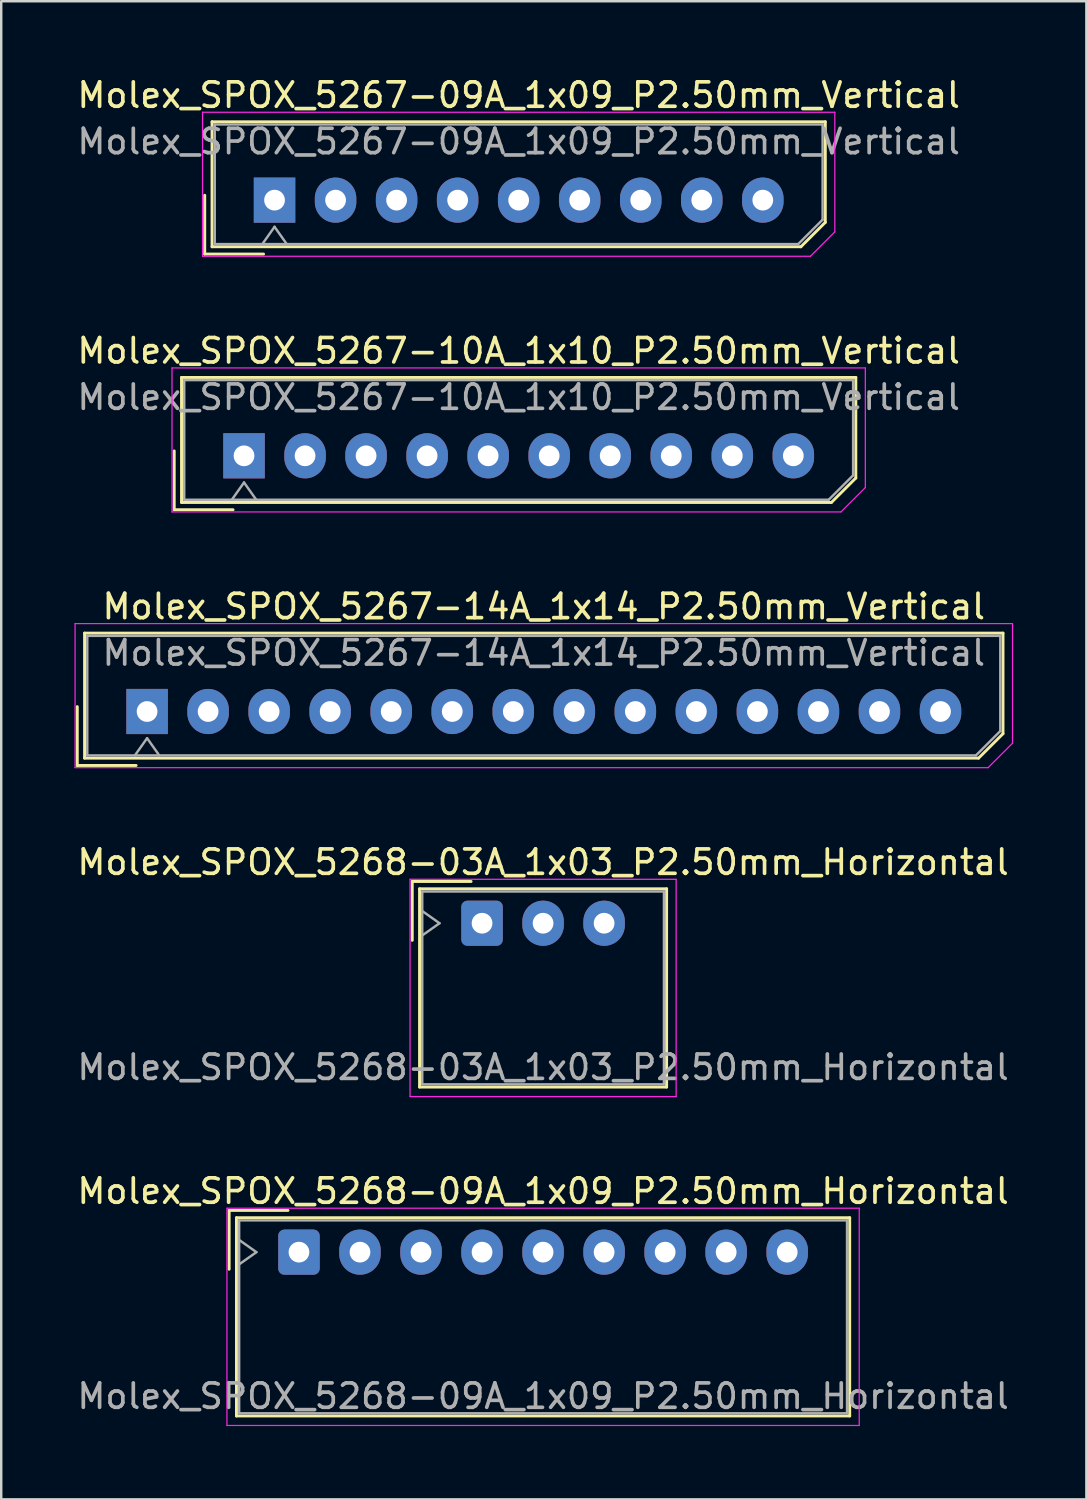
<source format=kicad_pcb>
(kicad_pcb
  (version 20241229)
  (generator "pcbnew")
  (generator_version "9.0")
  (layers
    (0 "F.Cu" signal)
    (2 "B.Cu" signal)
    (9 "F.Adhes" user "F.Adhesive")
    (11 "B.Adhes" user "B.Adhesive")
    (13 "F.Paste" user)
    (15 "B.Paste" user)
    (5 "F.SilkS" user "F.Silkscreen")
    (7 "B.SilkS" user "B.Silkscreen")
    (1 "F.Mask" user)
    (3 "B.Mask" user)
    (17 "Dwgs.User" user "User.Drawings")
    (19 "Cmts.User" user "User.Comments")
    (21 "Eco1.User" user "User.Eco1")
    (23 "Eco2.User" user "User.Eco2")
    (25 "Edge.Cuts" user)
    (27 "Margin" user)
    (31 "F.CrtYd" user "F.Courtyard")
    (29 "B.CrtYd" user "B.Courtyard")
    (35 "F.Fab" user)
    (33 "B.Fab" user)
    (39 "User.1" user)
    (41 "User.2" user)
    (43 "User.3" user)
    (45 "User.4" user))
  (footprint "Molex_SPOX_5268-09A_1x09_P2.50mm_Horizontal"
    (layer "F.Cu")
    (at 9.196 48.241)
    (property "Reference" "Molex_SPOX_5268-09A_1x09_P2.50mm_Horizontal" (at 10 -2.5 0) (layer "F.SilkS") (effects (font (size 1 1) (thickness 0.15))))
    (attr through_hole)
    (fp_line (start -2.86 -1.71) (end -0.45 -1.71) (stroke (width 0.12) (type solid)) (layer "F.SilkS"))
    (fp_line (start -2.86 0.7) (end -2.86 -1.71) (stroke (width 0.12) (type solid)) (layer "F.SilkS"))
    (fp_line (start -2.56 -1.41) (end -2.56 6.71) (stroke (width 0.12) (type solid)) (layer "F.SilkS"))
    (fp_line (start -2.56 6.71) (end 22.56 6.71) (stroke (width 0.12) (type solid)) (layer "F.SilkS"))
    (fp_line (start 22.56 -1.41) (end -2.56 -1.41) (stroke (width 0.12) (type solid)) (layer "F.SilkS"))
    (fp_line (start 22.56 6.71) (end 22.56 -1.41) (stroke (width 0.12) (type solid)) (layer "F.SilkS"))
    (fp_line (start -2.95 -1.8) (end -2.95 7.1) (stroke (width 0.05) (type solid)) (layer "F.CrtYd"))
    (fp_line (start -2.95 7.1) (end 22.95 7.1) (stroke (width 0.05) (type solid)) (layer "F.CrtYd"))
    (fp_line (start 22.95 -1.8) (end -2.95 -1.8) (stroke (width 0.05) (type solid)) (layer "F.CrtYd"))
    (fp_line (start 22.95 7.1) (end 22.95 -1.8) (stroke (width 0.05) (type solid)) (layer "F.CrtYd"))
    (fp_line (start -2.45 -1.3) (end -2.45 6.6) (stroke (width 0.1) (type solid)) (layer "F.Fab"))
    (fp_line (start -2.45 0.5) (end -1.743 0) (stroke (width 0.1) (type solid)) (layer "F.Fab"))
    (fp_line (start -2.45 6.6) (end 22.45 6.6) (stroke (width 0.1) (type solid)) (layer "F.Fab"))
    (fp_line (start -1.743 0) (end -2.45 -0.5) (stroke (width 0.1) (type solid)) (layer "F.Fab"))
    (fp_line (start 22.45 -1.3) (end -2.45 -1.3) (stroke (width 0.1) (type solid)) (layer "F.Fab"))
    (fp_line (start 22.45 6.6) (end 22.45 -1.3) (stroke (width 0.1) (type solid)) (layer "F.Fab"))
    (fp_text user "${REFERENCE}" (at 10 5.9 0) (layer "F.Fab") (effects (font (size 1 1) (thickness 0.15))))
    (pad "1" thru_hole roundrect (at 0 0) (size 1.7 1.85) (drill 0.85) (layers "*.Cu" "*.Mask") (roundrect_rratio 0.147))
    (pad "2" thru_hole oval (at 2.5 0) (size 1.7 1.85) (drill 0.85) (layers "*.Cu" "*.Mask"))
    (pad "3" thru_hole oval (at 5 0) (size 1.7 1.85) (drill 0.85) (layers "*.Cu" "*.Mask"))
    (pad "4" thru_hole oval (at 7.5 0) (size 1.7 1.85) (drill 0.85) (layers "*.Cu" "*.Mask"))
    (pad "5" thru_hole oval (at 10 0) (size 1.7 1.85) (drill 0.85) (layers "*.Cu" "*.Mask"))
    (pad "6" thru_hole oval (at 12.5 0) (size 1.7 1.85) (drill 0.85) (layers "*.Cu" "*.Mask"))
    (pad "7" thru_hole oval (at 15 0) (size 1.7 1.85) (drill 0.85) (layers "*.Cu" "*.Mask"))
    (pad "8" thru_hole oval (at 17.5 0) (size 1.7 1.85) (drill 0.85) (layers "*.Cu" "*.Mask"))
    (pad "9" thru_hole oval (at 20 0) (size 1.7 1.85) (drill 0.85) (layers "*.Cu" "*.Mask")))
  (footprint "Molex_SPOX_5267-14A_1x14_P2.50mm_Vertical"
    (layer "F.Cu")
    (at 2.975 26.095)
    (property "Reference" "Molex_SPOX_5267-14A_1x14_P2.50mm_Vertical" (at 16.25 -4.3 0) (layer "F.SilkS") (effects (font (size 1 1) (thickness 0.15))))
    (attr through_hole)
    (fp_line (start -2.86 -0.2) (end -2.86 2.21) (stroke (width 0.12) (type solid)) (layer "F.SilkS"))
    (fp_line (start -2.86 2.21) (end -0.45 2.21) (stroke (width 0.12) (type solid)) (layer "F.SilkS"))
    (fp_line (start -2.56 -3.21) (end -2.56 1.91) (stroke (width 0.12) (type solid)) (layer "F.SilkS"))
    (fp_line (start -2.56 1.91) (end 34.06 1.91) (stroke (width 0.12) (type solid)) (layer "F.SilkS"))
    (fp_line (start 34.06 1.91) (end 35.06 0.91) (stroke (width 0.12) (type solid)) (layer "F.SilkS"))
    (fp_line (start 35.06 -3.21) (end -2.56 -3.21) (stroke (width 0.12) (type solid)) (layer "F.SilkS"))
    (fp_line (start 35.06 0.91) (end 35.06 -3.21) (stroke (width 0.12) (type solid)) (layer "F.SilkS"))
    (fp_line (start -2.95 -3.6) (end -2.95 2.3) (stroke (width 0.05) (type solid)) (layer "F.CrtYd"))
    (fp_line (start -2.95 2.3) (end 34.45 2.3) (stroke (width 0.05) (type solid)) (layer "F.CrtYd"))
    (fp_line (start 34.45 2.3) (end 35.45 1.3) (stroke (width 0.05) (type solid)) (layer "F.CrtYd"))
    (fp_line (start 35.45 -3.6) (end -2.95 -3.6) (stroke (width 0.05) (type solid)) (layer "F.CrtYd"))
    (fp_line (start 35.45 1.3) (end 35.45 -3.6) (stroke (width 0.05) (type solid)) (layer "F.CrtYd"))
    (fp_line (start -2.45 -3.1) (end -2.45 1.8) (stroke (width 0.1) (type solid)) (layer "F.Fab"))
    (fp_line (start -2.45 1.8) (end 33.95 1.8) (stroke (width 0.1) (type solid)) (layer "F.Fab"))
    (fp_line (start -0.5 1.8) (end 0 1.093) (stroke (width 0.1) (type solid)) (layer "F.Fab"))
    (fp_line (start 0 1.093) (end 0.5 1.8) (stroke (width 0.1) (type solid)) (layer "F.Fab"))
    (fp_line (start 33.95 1.8) (end 34.95 0.8) (stroke (width 0.1) (type solid)) (layer "F.Fab"))
    (fp_line (start 34.95 -3.1) (end -2.45 -3.1) (stroke (width 0.1) (type solid)) (layer "F.Fab"))
    (fp_line (start 34.95 0.8) (end 34.95 -3.1) (stroke (width 0.1) (type solid)) (layer "F.Fab"))
    (fp_text user "${REFERENCE}" (at 16.25 -2.4 0) (layer "F.Fab") (effects (font (size 1 1) (thickness 0.15))))
    (pad "1" thru_hole rect (at 0 0) (size 1.7 1.85) (drill 0.85) (layers "*.Cu" "*.Mask"))
    (pad "2" thru_hole oval (at 2.5 0) (size 1.7 1.85) (drill 0.85) (layers "*.Cu" "*.Mask"))
    (pad "3" thru_hole oval (at 5 0) (size 1.7 1.85) (drill 0.85) (layers "*.Cu" "*.Mask"))
    (pad "4" thru_hole oval (at 7.5 0) (size 1.7 1.85) (drill 0.85) (layers "*.Cu" "*.Mask"))
    (pad "5" thru_hole oval (at 10 0) (size 1.7 1.85) (drill 0.85) (layers "*.Cu" "*.Mask"))
    (pad "6" thru_hole oval (at 12.5 0) (size 1.7 1.85) (drill 0.85) (layers "*.Cu" "*.Mask"))
    (pad "7" thru_hole oval (at 15 0) (size 1.7 1.85) (drill 0.85) (layers "*.Cu" "*.Mask"))
    (pad "8" thru_hole oval (at 17.5 0) (size 1.7 1.85) (drill 0.85) (layers "*.Cu" "*.Mask"))
    (pad "9" thru_hole oval (at 20 0) (size 1.7 1.85) (drill 0.85) (layers "*.Cu" "*.Mask"))
    (pad "10" thru_hole oval (at 22.5 0) (size 1.7 1.85) (drill 0.85) (layers "*.Cu" "*.Mask"))
    (pad "11" thru_hole oval (at 25 0) (size 1.7 1.85) (drill 0.85) (layers "*.Cu" "*.Mask"))
    (pad "12" thru_hole oval (at 27.5 0) (size 1.7 1.85) (drill 0.85) (layers "*.Cu" "*.Mask"))
    (pad "13" thru_hole oval (at 30 0) (size 1.7 1.85) (drill 0.85) (layers "*.Cu" "*.Mask"))
    (pad "14" thru_hole oval (at 32.5 0) (size 1.7 1.85) (drill 0.85) (layers "*.Cu" "*.Mask")))
  (footprint "Molex_SPOX_5268-03A_1x03_P2.50mm_Horizontal"
    (layer "F.Cu")
    (at 16.696 34.768)
    (property "Reference" "Molex_SPOX_5268-03A_1x03_P2.50mm_Horizontal" (at 2.5 -2.5 0) (layer "F.SilkS") (effects (font (size 1 1) (thickness 0.15))))
    (attr through_hole)
    (fp_line (start -2.86 -1.71) (end -0.45 -1.71) (stroke (width 0.12) (type solid)) (layer "F.SilkS"))
    (fp_line (start -2.86 0.7) (end -2.86 -1.71) (stroke (width 0.12) (type solid)) (layer "F.SilkS"))
    (fp_line (start -2.56 -1.41) (end -2.56 6.71) (stroke (width 0.12) (type solid)) (layer "F.SilkS"))
    (fp_line (start -2.56 6.71) (end 7.56 6.71) (stroke (width 0.12) (type solid)) (layer "F.SilkS"))
    (fp_line (start 7.56 -1.41) (end -2.56 -1.41) (stroke (width 0.12) (type solid)) (layer "F.SilkS"))
    (fp_line (start 7.56 6.71) (end 7.56 -1.41) (stroke (width 0.12) (type solid)) (layer "F.SilkS"))
    (fp_line (start -2.95 -1.8) (end -2.95 7.1) (stroke (width 0.05) (type solid)) (layer "F.CrtYd"))
    (fp_line (start -2.95 7.1) (end 7.95 7.1) (stroke (width 0.05) (type solid)) (layer "F.CrtYd"))
    (fp_line (start 7.95 -1.8) (end -2.95 -1.8) (stroke (width 0.05) (type solid)) (layer "F.CrtYd"))
    (fp_line (start 7.95 7.1) (end 7.95 -1.8) (stroke (width 0.05) (type solid)) (layer "F.CrtYd"))
    (fp_line (start -2.45 -1.3) (end -2.45 6.6) (stroke (width 0.1) (type solid)) (layer "F.Fab"))
    (fp_line (start -2.45 0.5) (end -1.743 0) (stroke (width 0.1) (type solid)) (layer "F.Fab"))
    (fp_line (start -2.45 6.6) (end 7.45 6.6) (stroke (width 0.1) (type solid)) (layer "F.Fab"))
    (fp_line (start -1.743 0) (end -2.45 -0.5) (stroke (width 0.1) (type solid)) (layer "F.Fab"))
    (fp_line (start 7.45 -1.3) (end -2.45 -1.3) (stroke (width 0.1) (type solid)) (layer "F.Fab"))
    (fp_line (start 7.45 6.6) (end 7.45 -1.3) (stroke (width 0.1) (type solid)) (layer "F.Fab"))
    (fp_text user "${REFERENCE}" (at 2.5 5.9 0) (layer "F.Fab") (effects (font (size 1 1) (thickness 0.15))))
    (pad "1" thru_hole roundrect (at 0 0) (size 1.7 1.85) (drill 0.85) (layers "*.Cu" "*.Mask") (roundrect_rratio 0.147))
    (pad "2" thru_hole oval (at 2.5 0) (size 1.7 1.85) (drill 0.85) (layers "*.Cu" "*.Mask"))
    (pad "3" thru_hole oval (at 5 0) (size 1.7 1.85) (drill 0.85) (layers "*.Cu" "*.Mask")))
  (footprint "Molex_SPOX_5267-09A_1x09_P2.50mm_Vertical"
    (layer "F.Cu")
    (at 8.196 5.148)
    (property "Reference" "Molex_SPOX_5267-09A_1x09_P2.50mm_Vertical" (at 10 -4.3 0) (layer "F.SilkS") (effects (font (size 1 1) (thickness 0.15))))
    (attr through_hole)
    (fp_line (start -2.86 -0.2) (end -2.86 2.21) (stroke (width 0.12) (type solid)) (layer "F.SilkS"))
    (fp_line (start -2.86 2.21) (end -0.45 2.21) (stroke (width 0.12) (type solid)) (layer "F.SilkS"))
    (fp_line (start -2.56 -3.21) (end -2.56 1.91) (stroke (width 0.12) (type solid)) (layer "F.SilkS"))
    (fp_line (start -2.56 1.91) (end 21.56 1.91) (stroke (width 0.12) (type solid)) (layer "F.SilkS"))
    (fp_line (start 21.56 1.91) (end 22.56 0.91) (stroke (width 0.12) (type solid)) (layer "F.SilkS"))
    (fp_line (start 22.56 -3.21) (end -2.56 -3.21) (stroke (width 0.12) (type solid)) (layer "F.SilkS"))
    (fp_line (start 22.56 0.91) (end 22.56 -3.21) (stroke (width 0.12) (type solid)) (layer "F.SilkS"))
    (fp_line (start -2.95 -3.6) (end -2.95 2.3) (stroke (width 0.05) (type solid)) (layer "F.CrtYd"))
    (fp_line (start -2.95 2.3) (end 21.95 2.3) (stroke (width 0.05) (type solid)) (layer "F.CrtYd"))
    (fp_line (start 21.95 2.3) (end 22.95 1.3) (stroke (width 0.05) (type solid)) (layer "F.CrtYd"))
    (fp_line (start 22.95 -3.6) (end -2.95 -3.6) (stroke (width 0.05) (type solid)) (layer "F.CrtYd"))
    (fp_line (start 22.95 1.3) (end 22.95 -3.6) (stroke (width 0.05) (type solid)) (layer "F.CrtYd"))
    (fp_line (start -2.45 -3.1) (end -2.45 1.8) (stroke (width 0.1) (type solid)) (layer "F.Fab"))
    (fp_line (start -2.45 1.8) (end 21.45 1.8) (stroke (width 0.1) (type solid)) (layer "F.Fab"))
    (fp_line (start -0.5 1.8) (end 0 1.093) (stroke (width 0.1) (type solid)) (layer "F.Fab"))
    (fp_line (start 0 1.093) (end 0.5 1.8) (stroke (width 0.1) (type solid)) (layer "F.Fab"))
    (fp_line (start 21.45 1.8) (end 22.45 0.8) (stroke (width 0.1) (type solid)) (layer "F.Fab"))
    (fp_line (start 22.45 -3.1) (end -2.45 -3.1) (stroke (width 0.1) (type solid)) (layer "F.Fab"))
    (fp_line (start 22.45 0.8) (end 22.45 -3.1) (stroke (width 0.1) (type solid)) (layer "F.Fab"))
    (fp_text user "${REFERENCE}" (at 10 -2.4 0) (layer "F.Fab") (effects (font (size 1 1) (thickness 0.15))))
    (pad "1" thru_hole rect (at 0 0) (size 1.7 1.85) (drill 0.85) (layers "*.Cu" "*.Mask"))
    (pad "2" thru_hole oval (at 2.5 0) (size 1.7 1.85) (drill 0.85) (layers "*.Cu" "*.Mask"))
    (pad "3" thru_hole oval (at 5 0) (size 1.7 1.85) (drill 0.85) (layers "*.Cu" "*.Mask"))
    (pad "4" thru_hole oval (at 7.5 0) (size 1.7 1.85) (drill 0.85) (layers "*.Cu" "*.Mask"))
    (pad "5" thru_hole oval (at 10 0) (size 1.7 1.85) (drill 0.85) (layers "*.Cu" "*.Mask"))
    (pad "6" thru_hole oval (at 12.5 0) (size 1.7 1.85) (drill 0.85) (layers "*.Cu" "*.Mask"))
    (pad "7" thru_hole oval (at 15 0) (size 1.7 1.85) (drill 0.85) (layers "*.Cu" "*.Mask"))
    (pad "8" thru_hole oval (at 17.5 0) (size 1.7 1.85) (drill 0.85) (layers "*.Cu" "*.Mask"))
    (pad "9" thru_hole oval (at 20 0) (size 1.7 1.85) (drill 0.85) (layers "*.Cu" "*.Mask")))
  (footprint "Molex_SPOX_5267-10A_1x10_P2.50mm_Vertical"
    (layer "F.Cu")
    (at 6.946 15.621)
    (property "Reference" "Molex_SPOX_5267-10A_1x10_P2.50mm_Vertical" (at 11.25 -4.3 0) (layer "F.SilkS") (effects (font (size 1 1) (thickness 0.15))))
    (attr through_hole)
    (fp_line (start -2.86 -0.2) (end -2.86 2.21) (stroke (width 0.12) (type solid)) (layer "F.SilkS"))
    (fp_line (start -2.86 2.21) (end -0.45 2.21) (stroke (width 0.12) (type solid)) (layer "F.SilkS"))
    (fp_line (start -2.56 -3.21) (end -2.56 1.91) (stroke (width 0.12) (type solid)) (layer "F.SilkS"))
    (fp_line (start -2.56 1.91) (end 24.06 1.91) (stroke (width 0.12) (type solid)) (layer "F.SilkS"))
    (fp_line (start 24.06 1.91) (end 25.06 0.91) (stroke (width 0.12) (type solid)) (layer "F.SilkS"))
    (fp_line (start 25.06 -3.21) (end -2.56 -3.21) (stroke (width 0.12) (type solid)) (layer "F.SilkS"))
    (fp_line (start 25.06 0.91) (end 25.06 -3.21) (stroke (width 0.12) (type solid)) (layer "F.SilkS"))
    (fp_line (start -2.95 -3.6) (end -2.95 2.3) (stroke (width 0.05) (type solid)) (layer "F.CrtYd"))
    (fp_line (start -2.95 2.3) (end 24.45 2.3) (stroke (width 0.05) (type solid)) (layer "F.CrtYd"))
    (fp_line (start 24.45 2.3) (end 25.45 1.3) (stroke (width 0.05) (type solid)) (layer "F.CrtYd"))
    (fp_line (start 25.45 -3.6) (end -2.95 -3.6) (stroke (width 0.05) (type solid)) (layer "F.CrtYd"))
    (fp_line (start 25.45 1.3) (end 25.45 -3.6) (stroke (width 0.05) (type solid)) (layer "F.CrtYd"))
    (fp_line (start -2.45 -3.1) (end -2.45 1.8) (stroke (width 0.1) (type solid)) (layer "F.Fab"))
    (fp_line (start -2.45 1.8) (end 23.95 1.8) (stroke (width 0.1) (type solid)) (layer "F.Fab"))
    (fp_line (start -0.5 1.8) (end 0 1.093) (stroke (width 0.1) (type solid)) (layer "F.Fab"))
    (fp_line (start 0 1.093) (end 0.5 1.8) (stroke (width 0.1) (type solid)) (layer "F.Fab"))
    (fp_line (start 23.95 1.8) (end 24.95 0.8) (stroke (width 0.1) (type solid)) (layer "F.Fab"))
    (fp_line (start 24.95 -3.1) (end -2.45 -3.1) (stroke (width 0.1) (type solid)) (layer "F.Fab"))
    (fp_line (start 24.95 0.8) (end 24.95 -3.1) (stroke (width 0.1) (type solid)) (layer "F.Fab"))
    (fp_text user "${REFERENCE}" (at 11.25 -2.4 0) (layer "F.Fab") (effects (font (size 1 1) (thickness 0.15))))
    (pad "1" thru_hole rect (at 0 0) (size 1.7 1.85) (drill 0.85) (layers "*.Cu" "*.Mask"))
    (pad "2" thru_hole oval (at 2.5 0) (size 1.7 1.85) (drill 0.85) (layers "*.Cu" "*.Mask"))
    (pad "3" thru_hole oval (at 5 0) (size 1.7 1.85) (drill 0.85) (layers "*.Cu" "*.Mask"))
    (pad "4" thru_hole oval (at 7.5 0) (size 1.7 1.85) (drill 0.85) (layers "*.Cu" "*.Mask"))
    (pad "5" thru_hole oval (at 10 0) (size 1.7 1.85) (drill 0.85) (layers "*.Cu" "*.Mask"))
    (pad "6" thru_hole oval (at 12.5 0) (size 1.7 1.85) (drill 0.85) (layers "*.Cu" "*.Mask"))
    (pad "7" thru_hole oval (at 15 0) (size 1.7 1.85) (drill 0.85) (layers "*.Cu" "*.Mask"))
    (pad "8" thru_hole oval (at 17.5 0) (size 1.7 1.85) (drill 0.85) (layers "*.Cu" "*.Mask"))
    (pad "9" thru_hole oval (at 20 0) (size 1.7 1.85) (drill 0.85) (layers "*.Cu" "*.Mask"))
    (pad "10" thru_hole oval (at 22.5 0) (size 1.7 1.85) (drill 0.85) (layers "*.Cu" "*.Mask")))
  (gr_rect
    (start -3 -3)
    (end 41.45 58.366)
    (stroke (width 0.1) (type default))
    (fill no)
    (layer "Edge.Cuts")))
</source>
